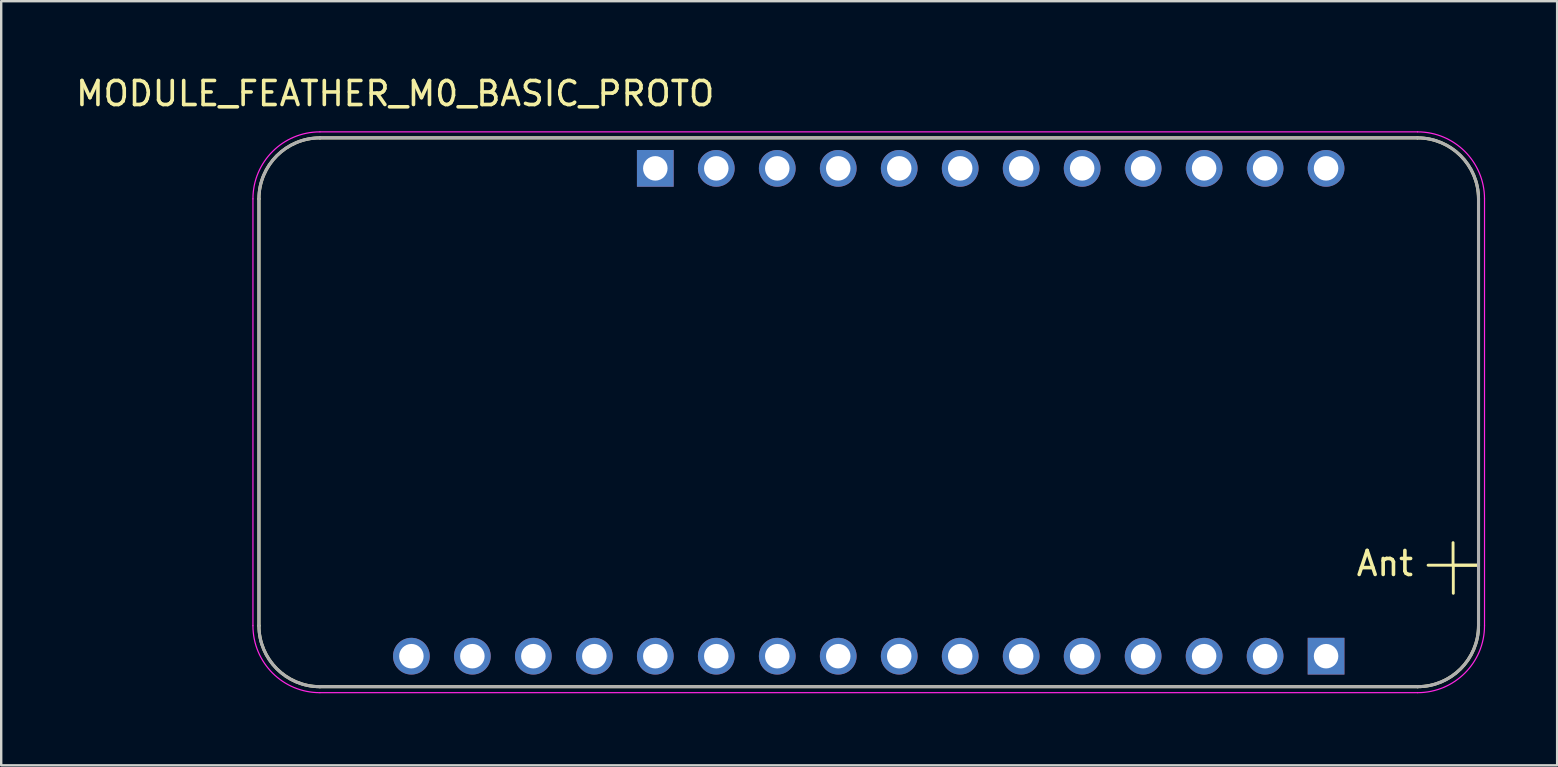
<source format=kicad_pcb>
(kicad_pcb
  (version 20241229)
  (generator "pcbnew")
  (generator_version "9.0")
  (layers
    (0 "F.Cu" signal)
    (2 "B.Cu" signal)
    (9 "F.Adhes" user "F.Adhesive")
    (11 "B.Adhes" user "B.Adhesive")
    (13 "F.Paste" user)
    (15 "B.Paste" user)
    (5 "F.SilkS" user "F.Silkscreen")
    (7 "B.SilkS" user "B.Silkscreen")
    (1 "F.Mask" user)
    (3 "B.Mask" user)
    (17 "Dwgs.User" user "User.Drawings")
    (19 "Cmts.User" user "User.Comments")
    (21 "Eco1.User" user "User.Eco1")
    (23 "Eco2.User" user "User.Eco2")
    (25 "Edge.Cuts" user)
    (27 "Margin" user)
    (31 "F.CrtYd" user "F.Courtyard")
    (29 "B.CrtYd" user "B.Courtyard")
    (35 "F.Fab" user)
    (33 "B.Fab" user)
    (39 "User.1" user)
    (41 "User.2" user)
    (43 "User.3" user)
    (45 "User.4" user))
  (footprint "MODULE_FEATHER_M0_BASIC_PROTO"
    (layer "F.Cu")
    (at 33.136 14.123)
    (property "Reference" "MODULE_FEATHER_M0_BASIC_PROTO" (at -19.725 -13.275 0) (layer "F.SilkS") (effects (font (size 1 1) (thickness 0.15))))
    (attr through_hole)
    (fp_line (start -25.4 8.89) (end -25.4 -8.89) (stroke (width 0.127) (type solid)) (layer "F.SilkS"))
    (fp_line (start -22.86 -11.43) (end 22.86 -11.43) (stroke (width 0.127) (type solid)) (layer "F.SilkS"))
    (fp_line (start 22.86 11.43) (end -22.86 11.43) (stroke (width 0.127) (type solid)) (layer "F.SilkS"))
    (fp_line (start 24.34 6.37) (end 24.34 5.43) (stroke (width 0.12) (type solid)) (layer "F.SilkS"))
    (fp_line (start 24.34 6.37) (end 25.39 6.37) (stroke (width 0.12) (type solid)) (layer "F.SilkS"))
    (fp_line (start 24.35 6.36) (end 24.35 7.54) (stroke (width 0.12) (type solid)) (layer "F.SilkS"))
    (fp_line (start 25.39 6.37) (end 23.3 6.37) (stroke (width 0.12) (type solid)) (layer "F.SilkS"))
    (fp_line (start 25.4 -8.89) (end 25.4 8.89) (stroke (width 0.127) (type solid)) (layer "F.SilkS"))
    (fp_arc (start -25.4 -8.89) (mid -24.656051 -10.686051) (end -22.86 -11.43) (stroke (width 0.127) (type solid)) (layer "F.SilkS"))
    (fp_arc (start -22.86 11.43) (mid -24.656051 10.686051) (end -25.4 8.89) (stroke (width 0.127) (type solid)) (layer "F.SilkS"))
    (fp_arc (start 22.86 -11.43) (mid 24.656051 -10.686051) (end 25.4 -8.89) (stroke (width 0.127) (type solid)) (layer "F.SilkS"))
    (fp_arc (start 25.4 8.89) (mid 24.656051 10.686051) (end 22.86 11.43) (stroke (width 0.127) (type solid)) (layer "F.SilkS"))
    (fp_line (start -25.65 -8.89) (end -25.65 8.89) (stroke (width 0.05) (type solid)) (layer "F.CrtYd"))
    (fp_line (start -22.86 11.68) (end 22.86 11.68) (stroke (width 0.05) (type solid)) (layer "F.CrtYd"))
    (fp_line (start 22.86 -11.68) (end -22.86 -11.68) (stroke (width 0.05) (type solid)) (layer "F.CrtYd"))
    (fp_line (start 25.65 8.89) (end 25.65 -8.89) (stroke (width 0.05) (type solid)) (layer "F.CrtYd"))
    (fp_arc (start -25.65 -8.89) (mid -24.832828 -10.862828) (end -22.86 -11.68) (stroke (width 0.05) (type solid)) (layer "F.CrtYd"))
    (fp_arc (start -22.86 11.68) (mid -24.832828 10.862828) (end -25.65 8.89) (stroke (width 0.05) (type solid)) (layer "F.CrtYd"))
    (fp_arc (start 22.86 -11.68) (mid 24.832828 -10.862828) (end 25.65 -8.89) (stroke (width 0.05) (type solid)) (layer "F.CrtYd"))
    (fp_arc (start 25.65 8.89) (mid 24.832828 10.862828) (end 22.86 11.68) (stroke (width 0.05) (type solid)) (layer "F.CrtYd"))
    (fp_line (start -25.4 8.89) (end -25.4 -8.89) (stroke (width 0.127) (type solid)) (layer "F.Fab"))
    (fp_line (start -22.86 -11.43) (end 22.86 -11.43) (stroke (width 0.127) (type solid)) (layer "F.Fab"))
    (fp_line (start 22.86 11.43) (end -22.86 11.43) (stroke (width 0.127) (type solid)) (layer "F.Fab"))
    (fp_line (start 25.4 -8.89) (end 25.4 8.89) (stroke (width 0.127) (type solid)) (layer "F.Fab"))
    (fp_arc (start -25.4 -8.89) (mid -24.656051 -10.686051) (end -22.86 -11.43) (stroke (width 0.127) (type solid)) (layer "F.Fab"))
    (fp_arc (start -22.86 11.43) (mid -24.656051 10.686051) (end -25.4 8.89) (stroke (width 0.127) (type solid)) (layer "F.Fab"))
    (fp_arc (start 22.86 -11.43) (mid 24.656051 -10.686051) (end 25.4 -8.89) (stroke (width 0.127) (type solid)) (layer "F.Fab"))
    (fp_arc (start 25.4 8.89) (mid 24.656051 10.686051) (end 22.86 11.43) (stroke (width 0.127) (type solid)) (layer "F.Fab"))
    (fp_text user "Ant" (at 21.5 6.3 0) (layer "F.SilkS") (effects (font (size 1 1) (thickness 0.15))))
    (pad "P1_1" thru_hole rect (at 19.05 10.16) (size 1.53 1.53) (drill 1.02) (layers "*.Cu" "*.Mask"))
    (pad "P1_2" thru_hole circle (at 16.51 10.16) (size 1.53 1.53) (drill 1.02) (layers "*.Cu" "*.Mask"))
    (pad "P1_3" thru_hole circle (at 13.97 10.16) (size 1.53 1.53) (drill 1.02) (layers "*.Cu" "*.Mask"))
    (pad "P1_4" thru_hole circle (at 11.43 10.16) (size 1.53 1.53) (drill 1.02) (layers "*.Cu" "*.Mask"))
    (pad "P1_5" thru_hole circle (at 8.89 10.16) (size 1.53 1.53) (drill 1.02) (layers "*.Cu" "*.Mask"))
    (pad "P1_6" thru_hole circle (at 6.35 10.16) (size 1.53 1.53) (drill 1.02) (layers "*.Cu" "*.Mask"))
    (pad "P1_7" thru_hole circle (at 3.81 10.16) (size 1.53 1.53) (drill 1.02) (layers "*.Cu" "*.Mask"))
    (pad "P1_8" thru_hole circle (at 1.27 10.16) (size 1.53 1.53) (drill 1.02) (layers "*.Cu" "*.Mask"))
    (pad "P1_9" thru_hole circle (at -1.27 10.16) (size 1.53 1.53) (drill 1.02) (layers "*.Cu" "*.Mask"))
    (pad "P1_10" thru_hole circle (at -3.81 10.16) (size 1.53 1.53) (drill 1.02) (layers "*.Cu" "*.Mask"))
    (pad "P1_11" thru_hole circle (at -6.35 10.16) (size 1.53 1.53) (drill 1.02) (layers "*.Cu" "*.Mask"))
    (pad "P1_12" thru_hole circle (at -8.89 10.16) (size 1.53 1.53) (drill 1.02) (layers "*.Cu" "*.Mask"))
    (pad "P1_13" thru_hole circle (at -11.43 10.16) (size 1.53 1.53) (drill 1.02) (layers "*.Cu" "*.Mask"))
    (pad "P1_14" thru_hole circle (at -13.97 10.16) (size 1.53 1.53) (drill 1.02) (layers "*.Cu" "*.Mask"))
    (pad "P1_15" thru_hole circle (at -16.51 10.16) (size 1.53 1.53) (drill 1.02) (layers "*.Cu" "*.Mask"))
    (pad "P1_16" thru_hole circle (at -19.05 10.16) (size 1.53 1.53) (drill 1.02) (layers "*.Cu" "*.Mask"))
    (pad "P2_1" thru_hole rect (at -8.89 -10.16) (size 1.53 1.53) (drill 1.02) (layers "*.Cu" "*.Mask"))
    (pad "P2_2" thru_hole circle (at -6.35 -10.16) (size 1.53 1.53) (drill 1.02) (layers "*.Cu" "*.Mask"))
    (pad "P2_3" thru_hole circle (at -3.81 -10.16) (size 1.53 1.53) (drill 1.02) (layers "*.Cu" "*.Mask"))
    (pad "P2_4" thru_hole circle (at -1.27 -10.16) (size 1.53 1.53) (drill 1.02) (layers "*.Cu" "*.Mask"))
    (pad "P2_5" thru_hole circle (at 1.27 -10.16) (size 1.53 1.53) (drill 1.02) (layers "*.Cu" "*.Mask"))
    (pad "P2_6" thru_hole circle (at 3.81 -10.16) (size 1.53 1.53) (drill 1.02) (layers "*.Cu" "*.Mask"))
    (pad "P2_7" thru_hole circle (at 6.35 -10.16) (size 1.53 1.53) (drill 1.02) (layers "*.Cu" "*.Mask"))
    (pad "P2_8" thru_hole circle (at 8.89 -10.16) (size 1.53 1.53) (drill 1.02) (layers "*.Cu" "*.Mask"))
    (pad "P2_9" thru_hole circle (at 11.43 -10.16) (size 1.53 1.53) (drill 1.02) (layers "*.Cu" "*.Mask"))
    (pad "P2_10" thru_hole circle (at 13.97 -10.16) (size 1.53 1.53) (drill 1.02) (layers "*.Cu" "*.Mask"))
    (pad "P2_11" thru_hole circle (at 16.51 -10.16) (size 1.53 1.53) (drill 1.02) (layers "*.Cu" "*.Mask"))
    (pad "P2_12" thru_hole circle (at 19.05 -10.16) (size 1.53 1.53) (drill 1.02) (layers "*.Cu" "*.Mask")))
  (gr_rect
    (start -3 -3)
    (end 61.811 28.828)
    (stroke (width 0.1) (type default))
    (fill no)
    (layer "Edge.Cuts")))
</source>
